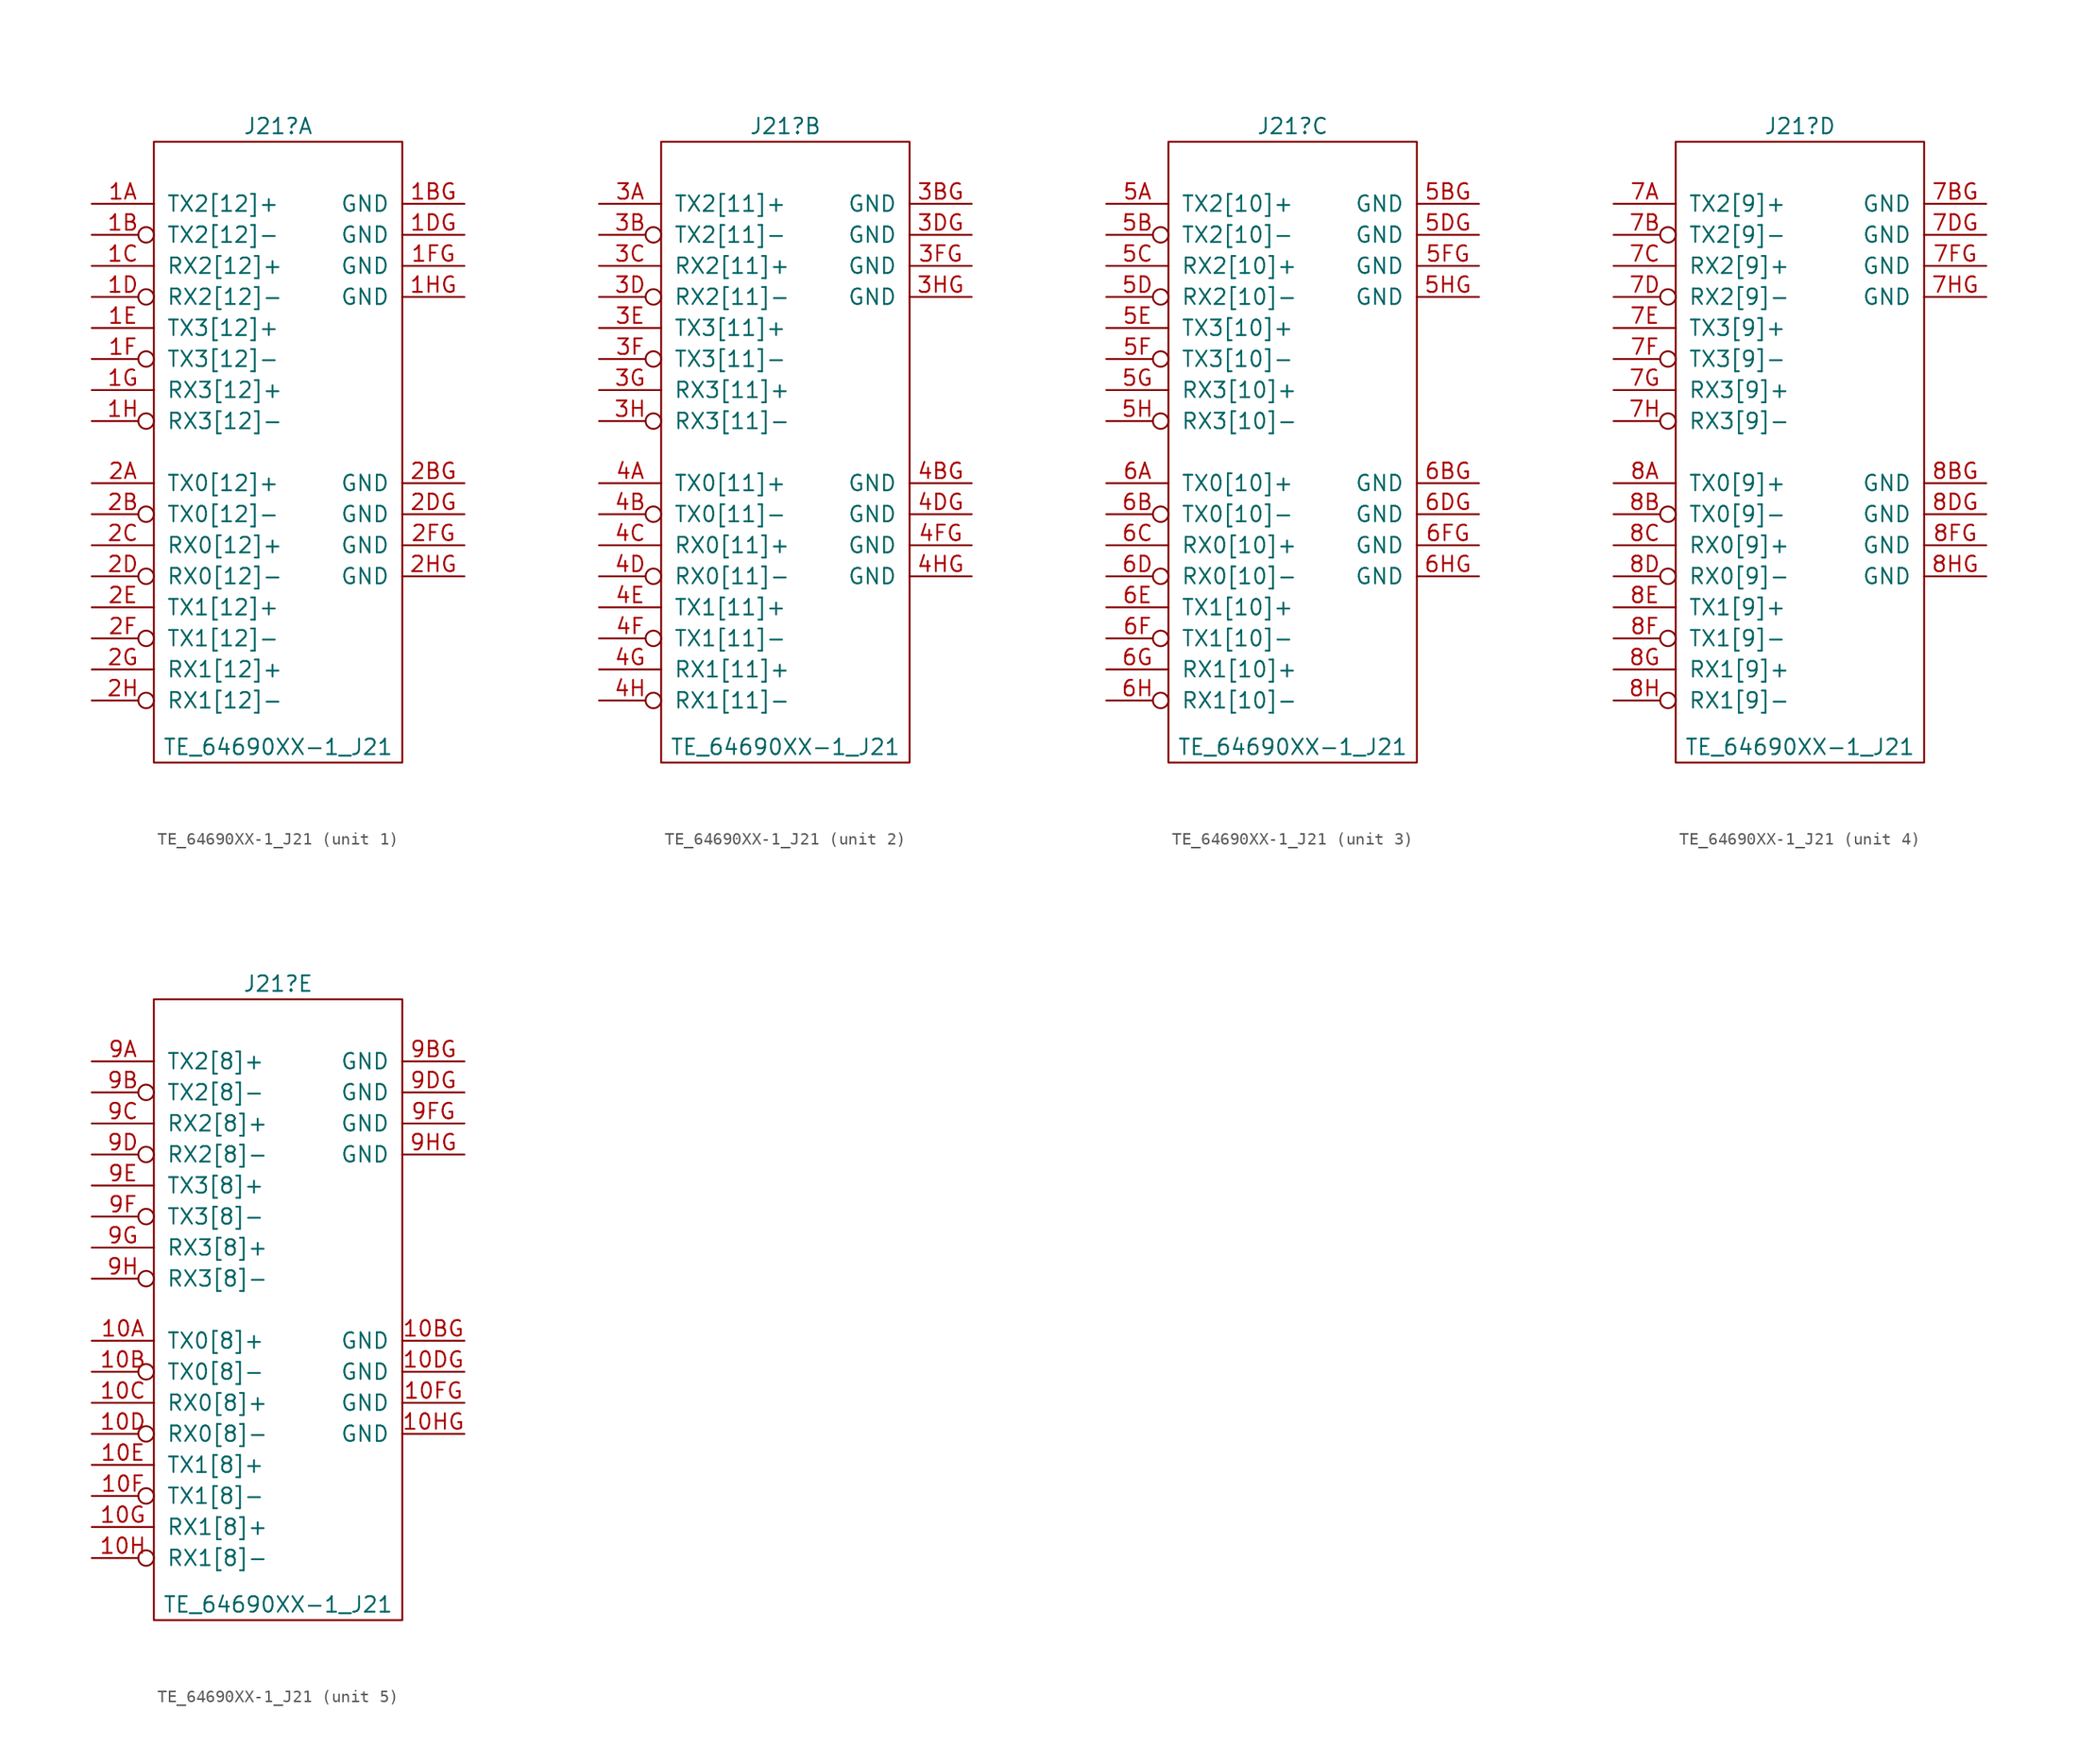
<source format=kicad_sym>
(kicad_symbol_lib
  (version 20220914)
  (generator kicad_symbol_editor)
  (symbol "TE_64690XX-1_J21"
    (pin_names
      (offset 1.016))
    (property "Reference" "J21"
      (at 0 26.67 0)
      (effects (font (size 1.27 1.27))))
    (property "Value" "TE_64690XX-1_J21"
      (at 0 -24.13 0)
      (effects (font (size 1.27 1.27))))
    (property "ki_locked" ""
      (at 0 0 0)
      (effects (font (size 1.27 1.27))))
    (symbol "TE_64690XX-1_J21_1_1"
      (rectangle (start -10.16 25.4) (end 10.16 -25.4) (stroke (width 0) (type default)) (fill (type none)))
      (pin bidirectional line (at -15.24 20.32 0) (length 5.08) (name "TX2[12]+" (effects (font (size 1.27 1.27)))) (number "1A" (effects (font (size 1.27 1.27)))))
      (pin bidirectional inverted (at -15.24 17.78 0) (length 5.08) (name "TX2[12]-" (effects (font (size 1.27 1.27)))) (number "1B" (effects (font (size 1.27 1.27)))))
      (pin passive line (at 15.24 20.32 180) (length 5.08) (name "GND" (effects (font (size 1.27 1.27)))) (number "1BG" (effects (font (size 1.27 1.27)))))
      (pin bidirectional line (at -15.24 15.24 0) (length 5.08) (name "RX2[12]+" (effects (font (size 1.27 1.27)))) (number "1C" (effects (font (size 1.27 1.27)))))
      (pin bidirectional inverted (at -15.24 12.7 0) (length 5.08) (name "RX2[12]-" (effects (font (size 1.27 1.27)))) (number "1D" (effects (font (size 1.27 1.27)))))
      (pin passive line (at 15.24 17.78 180) (length 5.08) (name "GND" (effects (font (size 1.27 1.27)))) (number "1DG" (effects (font (size 1.27 1.27)))))
      (pin bidirectional line (at -15.24 10.16 0) (length 5.08) (name "TX3[12]+" (effects (font (size 1.27 1.27)))) (number "1E" (effects (font (size 1.27 1.27)))))
      (pin bidirectional inverted (at -15.24 7.62 0) (length 5.08) (name "TX3[12]-" (effects (font (size 1.27 1.27)))) (number "1F" (effects (font (size 1.27 1.27)))))
      (pin passive line (at 15.24 15.24 180) (length 5.08) (name "GND" (effects (font (size 1.27 1.27)))) (number "1FG" (effects (font (size 1.27 1.27)))))
      (pin bidirectional line (at -15.24 5.08 0) (length 5.08) (name "RX3[12]+" (effects (font (size 1.27 1.27)))) (number "1G" (effects (font (size 1.27 1.27)))))
      (pin bidirectional inverted (at -15.24 2.54 0) (length 5.08) (name "RX3[12]-" (effects (font (size 1.27 1.27)))) (number "1H" (effects (font (size 1.27 1.27)))))
      (pin passive line (at 15.24 12.7 180) (length 5.08) (name "GND" (effects (font (size 1.27 1.27)))) (number "1HG" (effects (font (size 1.27 1.27)))))
      (pin bidirectional line (at -15.24 -2.54 0) (length 5.08) (name "TX0[12]+" (effects (font (size 1.27 1.27)))) (number "2A" (effects (font (size 1.27 1.27)))))
      (pin bidirectional inverted (at -15.24 -5.08 0) (length 5.08) (name "TX0[12]-" (effects (font (size 1.27 1.27)))) (number "2B" (effects (font (size 1.27 1.27)))))
      (pin passive line (at 15.24 -2.54 180) (length 5.08) (name "GND" (effects (font (size 1.27 1.27)))) (number "2BG" (effects (font (size 1.27 1.27)))))
      (pin bidirectional line (at -15.24 -7.62 0) (length 5.08) (name "RX0[12]+" (effects (font (size 1.27 1.27)))) (number "2C" (effects (font (size 1.27 1.27)))))
      (pin bidirectional inverted (at -15.24 -10.16 0) (length 5.08) (name "RX0[12]-" (effects (font (size 1.27 1.27)))) (number "2D" (effects (font (size 1.27 1.27)))))
      (pin passive line (at 15.24 -5.08 180) (length 5.08) (name "GND" (effects (font (size 1.27 1.27)))) (number "2DG" (effects (font (size 1.27 1.27)))))
      (pin bidirectional line (at -15.24 -12.7 0) (length 5.08) (name "TX1[12]+" (effects (font (size 1.27 1.27)))) (number "2E" (effects (font (size 1.27 1.27)))))
      (pin bidirectional inverted (at -15.24 -15.24 0) (length 5.08) (name "TX1[12]-" (effects (font (size 1.27 1.27)))) (number "2F" (effects (font (size 1.27 1.27)))))
      (pin passive line (at 15.24 -7.62 180) (length 5.08) (name "GND" (effects (font (size 1.27 1.27)))) (number "2FG" (effects (font (size 1.27 1.27)))))
      (pin bidirectional line (at -15.24 -17.78 0) (length 5.08) (name "RX1[12]+" (effects (font (size 1.27 1.27)))) (number "2G" (effects (font (size 1.27 1.27)))))
      (pin bidirectional inverted (at -15.24 -20.32 0) (length 5.08) (name "RX1[12]-" (effects (font (size 1.27 1.27)))) (number "2H" (effects (font (size 1.27 1.27)))))
      (pin passive line (at 15.24 -10.16 180) (length 5.08) (name "GND" (effects (font (size 1.27 1.27)))) (number "2HG" (effects (font (size 1.27 1.27))))))
    (symbol "TE_64690XX-1_J21_2_1"
      (rectangle (start -10.16 25.4) (end 10.16 -25.4) (stroke (width 0) (type default)) (fill (type none)))
      (pin bidirectional line (at -15.24 20.32 0) (length 5.08) (name "TX2[11]+" (effects (font (size 1.27 1.27)))) (number "3A" (effects (font (size 1.27 1.27)))))
      (pin bidirectional inverted (at -15.24 17.78 0) (length 5.08) (name "TX2[11]-" (effects (font (size 1.27 1.27)))) (number "3B" (effects (font (size 1.27 1.27)))))
      (pin passive line (at 15.24 20.32 180) (length 5.08) (name "GND" (effects (font (size 1.27 1.27)))) (number "3BG" (effects (font (size 1.27 1.27)))))
      (pin bidirectional line (at -15.24 15.24 0) (length 5.08) (name "RX2[11]+" (effects (font (size 1.27 1.27)))) (number "3C" (effects (font (size 1.27 1.27)))))
      (pin bidirectional inverted (at -15.24 12.7 0) (length 5.08) (name "RX2[11]-" (effects (font (size 1.27 1.27)))) (number "3D" (effects (font (size 1.27 1.27)))))
      (pin passive line (at 15.24 17.78 180) (length 5.08) (name "GND" (effects (font (size 1.27 1.27)))) (number "3DG" (effects (font (size 1.27 1.27)))))
      (pin bidirectional line (at -15.24 10.16 0) (length 5.08) (name "TX3[11]+" (effects (font (size 1.27 1.27)))) (number "3E" (effects (font (size 1.27 1.27)))))
      (pin bidirectional inverted (at -15.24 7.62 0) (length 5.08) (name "TX3[11]-" (effects (font (size 1.27 1.27)))) (number "3F" (effects (font (size 1.27 1.27)))))
      (pin passive line (at 15.24 15.24 180) (length 5.08) (name "GND" (effects (font (size 1.27 1.27)))) (number "3FG" (effects (font (size 1.27 1.27)))))
      (pin bidirectional line (at -15.24 5.08 0) (length 5.08) (name "RX3[11]+" (effects (font (size 1.27 1.27)))) (number "3G" (effects (font (size 1.27 1.27)))))
      (pin bidirectional inverted (at -15.24 2.54 0) (length 5.08) (name "RX3[11]-" (effects (font (size 1.27 1.27)))) (number "3H" (effects (font (size 1.27 1.27)))))
      (pin passive line (at 15.24 12.7 180) (length 5.08) (name "GND" (effects (font (size 1.27 1.27)))) (number "3HG" (effects (font (size 1.27 1.27)))))
      (pin bidirectional line (at -15.24 -2.54 0) (length 5.08) (name "TX0[11]+" (effects (font (size 1.27 1.27)))) (number "4A" (effects (font (size 1.27 1.27)))))
      (pin bidirectional inverted (at -15.24 -5.08 0) (length 5.08) (name "TX0[11]-" (effects (font (size 1.27 1.27)))) (number "4B" (effects (font (size 1.27 1.27)))))
      (pin passive line (at 15.24 -2.54 180) (length 5.08) (name "GND" (effects (font (size 1.27 1.27)))) (number "4BG" (effects (font (size 1.27 1.27)))))
      (pin bidirectional line (at -15.24 -7.62 0) (length 5.08) (name "RX0[11]+" (effects (font (size 1.27 1.27)))) (number "4C" (effects (font (size 1.27 1.27)))))
      (pin bidirectional inverted (at -15.24 -10.16 0) (length 5.08) (name "RX0[11]-" (effects (font (size 1.27 1.27)))) (number "4D" (effects (font (size 1.27 1.27)))))
      (pin passive line (at 15.24 -5.08 180) (length 5.08) (name "GND" (effects (font (size 1.27 1.27)))) (number "4DG" (effects (font (size 1.27 1.27)))))
      (pin bidirectional line (at -15.24 -12.7 0) (length 5.08) (name "TX1[11]+" (effects (font (size 1.27 1.27)))) (number "4E" (effects (font (size 1.27 1.27)))))
      (pin bidirectional inverted (at -15.24 -15.24 0) (length 5.08) (name "TX1[11]-" (effects (font (size 1.27 1.27)))) (number "4F" (effects (font (size 1.27 1.27)))))
      (pin passive line (at 15.24 -7.62 180) (length 5.08) (name "GND" (effects (font (size 1.27 1.27)))) (number "4FG" (effects (font (size 1.27 1.27)))))
      (pin bidirectional line (at -15.24 -17.78 0) (length 5.08) (name "RX1[11]+" (effects (font (size 1.27 1.27)))) (number "4G" (effects (font (size 1.27 1.27)))))
      (pin bidirectional inverted (at -15.24 -20.32 0) (length 5.08) (name "RX1[11]-" (effects (font (size 1.27 1.27)))) (number "4H" (effects (font (size 1.27 1.27)))))
      (pin passive line (at 15.24 -10.16 180) (length 5.08) (name "GND" (effects (font (size 1.27 1.27)))) (number "4HG" (effects (font (size 1.27 1.27))))))
    (symbol "TE_64690XX-1_J21_3_1"
      (rectangle (start -10.16 25.4) (end 10.16 -25.4) (stroke (width 0) (type default)) (fill (type none)))
      (pin bidirectional line (at -15.24 20.32 0) (length 5.08) (name "TX2[10]+" (effects (font (size 1.27 1.27)))) (number "5A" (effects (font (size 1.27 1.27)))))
      (pin bidirectional inverted (at -15.24 17.78 0) (length 5.08) (name "TX2[10]-" (effects (font (size 1.27 1.27)))) (number "5B" (effects (font (size 1.27 1.27)))))
      (pin passive line (at 15.24 20.32 180) (length 5.08) (name "GND" (effects (font (size 1.27 1.27)))) (number "5BG" (effects (font (size 1.27 1.27)))))
      (pin bidirectional line (at -15.24 15.24 0) (length 5.08) (name "RX2[10]+" (effects (font (size 1.27 1.27)))) (number "5C" (effects (font (size 1.27 1.27)))))
      (pin bidirectional inverted (at -15.24 12.7 0) (length 5.08) (name "RX2[10]-" (effects (font (size 1.27 1.27)))) (number "5D" (effects (font (size 1.27 1.27)))))
      (pin passive line (at 15.24 17.78 180) (length 5.08) (name "GND" (effects (font (size 1.27 1.27)))) (number "5DG" (effects (font (size 1.27 1.27)))))
      (pin bidirectional line (at -15.24 10.16 0) (length 5.08) (name "TX3[10]+" (effects (font (size 1.27 1.27)))) (number "5E" (effects (font (size 1.27 1.27)))))
      (pin bidirectional inverted (at -15.24 7.62 0) (length 5.08) (name "TX3[10]-" (effects (font (size 1.27 1.27)))) (number "5F" (effects (font (size 1.27 1.27)))))
      (pin passive line (at 15.24 15.24 180) (length 5.08) (name "GND" (effects (font (size 1.27 1.27)))) (number "5FG" (effects (font (size 1.27 1.27)))))
      (pin bidirectional line (at -15.24 5.08 0) (length 5.08) (name "RX3[10]+" (effects (font (size 1.27 1.27)))) (number "5G" (effects (font (size 1.27 1.27)))))
      (pin bidirectional inverted (at -15.24 2.54 0) (length 5.08) (name "RX3[10]-" (effects (font (size 1.27 1.27)))) (number "5H" (effects (font (size 1.27 1.27)))))
      (pin passive line (at 15.24 12.7 180) (length 5.08) (name "GND" (effects (font (size 1.27 1.27)))) (number "5HG" (effects (font (size 1.27 1.27)))))
      (pin bidirectional line (at -15.24 -2.54 0) (length 5.08) (name "TX0[10]+" (effects (font (size 1.27 1.27)))) (number "6A" (effects (font (size 1.27 1.27)))))
      (pin bidirectional inverted (at -15.24 -5.08 0) (length 5.08) (name "TX0[10]-" (effects (font (size 1.27 1.27)))) (number "6B" (effects (font (size 1.27 1.27)))))
      (pin passive line (at 15.24 -2.54 180) (length 5.08) (name "GND" (effects (font (size 1.27 1.27)))) (number "6BG" (effects (font (size 1.27 1.27)))))
      (pin bidirectional line (at -15.24 -7.62 0) (length 5.08) (name "RX0[10]+" (effects (font (size 1.27 1.27)))) (number "6C" (effects (font (size 1.27 1.27)))))
      (pin bidirectional inverted (at -15.24 -10.16 0) (length 5.08) (name "RX0[10]-" (effects (font (size 1.27 1.27)))) (number "6D" (effects (font (size 1.27 1.27)))))
      (pin passive line (at 15.24 -5.08 180) (length 5.08) (name "GND" (effects (font (size 1.27 1.27)))) (number "6DG" (effects (font (size 1.27 1.27)))))
      (pin bidirectional line (at -15.24 -12.7 0) (length 5.08) (name "TX1[10]+" (effects (font (size 1.27 1.27)))) (number "6E" (effects (font (size 1.27 1.27)))))
      (pin bidirectional inverted (at -15.24 -15.24 0) (length 5.08) (name "TX1[10]-" (effects (font (size 1.27 1.27)))) (number "6F" (effects (font (size 1.27 1.27)))))
      (pin passive line (at 15.24 -7.62 180) (length 5.08) (name "GND" (effects (font (size 1.27 1.27)))) (number "6FG" (effects (font (size 1.27 1.27)))))
      (pin bidirectional line (at -15.24 -17.78 0) (length 5.08) (name "RX1[10]+" (effects (font (size 1.27 1.27)))) (number "6G" (effects (font (size 1.27 1.27)))))
      (pin bidirectional inverted (at -15.24 -20.32 0) (length 5.08) (name "RX1[10]-" (effects (font (size 1.27 1.27)))) (number "6H" (effects (font (size 1.27 1.27)))))
      (pin passive line (at 15.24 -10.16 180) (length 5.08) (name "GND" (effects (font (size 1.27 1.27)))) (number "6HG" (effects (font (size 1.27 1.27))))))
    (symbol "TE_64690XX-1_J21_4_1"
      (rectangle (start -10.16 25.4) (end 10.16 -25.4) (stroke (width 0) (type default)) (fill (type none)))
      (pin bidirectional line (at -15.24 20.32 0) (length 5.08) (name "TX2[9]+" (effects (font (size 1.27 1.27)))) (number "7A" (effects (font (size 1.27 1.27)))))
      (pin bidirectional inverted (at -15.24 17.78 0) (length 5.08) (name "TX2[9]-" (effects (font (size 1.27 1.27)))) (number "7B" (effects (font (size 1.27 1.27)))))
      (pin passive line (at 15.24 20.32 180) (length 5.08) (name "GND" (effects (font (size 1.27 1.27)))) (number "7BG" (effects (font (size 1.27 1.27)))))
      (pin bidirectional line (at -15.24 15.24 0) (length 5.08) (name "RX2[9]+" (effects (font (size 1.27 1.27)))) (number "7C" (effects (font (size 1.27 1.27)))))
      (pin bidirectional inverted (at -15.24 12.7 0) (length 5.08) (name "RX2[9]-" (effects (font (size 1.27 1.27)))) (number "7D" (effects (font (size 1.27 1.27)))))
      (pin passive line (at 15.24 17.78 180) (length 5.08) (name "GND" (effects (font (size 1.27 1.27)))) (number "7DG" (effects (font (size 1.27 1.27)))))
      (pin bidirectional line (at -15.24 10.16 0) (length 5.08) (name "TX3[9]+" (effects (font (size 1.27 1.27)))) (number "7E" (effects (font (size 1.27 1.27)))))
      (pin bidirectional inverted (at -15.24 7.62 0) (length 5.08) (name "TX3[9]-" (effects (font (size 1.27 1.27)))) (number "7F" (effects (font (size 1.27 1.27)))))
      (pin passive line (at 15.24 15.24 180) (length 5.08) (name "GND" (effects (font (size 1.27 1.27)))) (number "7FG" (effects (font (size 1.27 1.27)))))
      (pin bidirectional line (at -15.24 5.08 0) (length 5.08) (name "RX3[9]+" (effects (font (size 1.27 1.27)))) (number "7G" (effects (font (size 1.27 1.27)))))
      (pin bidirectional inverted (at -15.24 2.54 0) (length 5.08) (name "RX3[9]-" (effects (font (size 1.27 1.27)))) (number "7H" (effects (font (size 1.27 1.27)))))
      (pin passive line (at 15.24 12.7 180) (length 5.08) (name "GND" (effects (font (size 1.27 1.27)))) (number "7HG" (effects (font (size 1.27 1.27)))))
      (pin bidirectional line (at -15.24 -2.54 0) (length 5.08) (name "TX0[9]+" (effects (font (size 1.27 1.27)))) (number "8A" (effects (font (size 1.27 1.27)))))
      (pin bidirectional inverted (at -15.24 -5.08 0) (length 5.08) (name "TX0[9]-" (effects (font (size 1.27 1.27)))) (number "8B" (effects (font (size 1.27 1.27)))))
      (pin passive line (at 15.24 -2.54 180) (length 5.08) (name "GND" (effects (font (size 1.27 1.27)))) (number "8BG" (effects (font (size 1.27 1.27)))))
      (pin bidirectional line (at -15.24 -7.62 0) (length 5.08) (name "RX0[9]+" (effects (font (size 1.27 1.27)))) (number "8C" (effects (font (size 1.27 1.27)))))
      (pin bidirectional inverted (at -15.24 -10.16 0) (length 5.08) (name "RX0[9]-" (effects (font (size 1.27 1.27)))) (number "8D" (effects (font (size 1.27 1.27)))))
      (pin passive line (at 15.24 -5.08 180) (length 5.08) (name "GND" (effects (font (size 1.27 1.27)))) (number "8DG" (effects (font (size 1.27 1.27)))))
      (pin bidirectional line (at -15.24 -12.7 0) (length 5.08) (name "TX1[9]+" (effects (font (size 1.27 1.27)))) (number "8E" (effects (font (size 1.27 1.27)))))
      (pin bidirectional inverted (at -15.24 -15.24 0) (length 5.08) (name "TX1[9]-" (effects (font (size 1.27 1.27)))) (number "8F" (effects (font (size 1.27 1.27)))))
      (pin passive line (at 15.24 -7.62 180) (length 5.08) (name "GND" (effects (font (size 1.27 1.27)))) (number "8FG" (effects (font (size 1.27 1.27)))))
      (pin bidirectional line (at -15.24 -17.78 0) (length 5.08) (name "RX1[9]+" (effects (font (size 1.27 1.27)))) (number "8G" (effects (font (size 1.27 1.27)))))
      (pin bidirectional inverted (at -15.24 -20.32 0) (length 5.08) (name "RX1[9]-" (effects (font (size 1.27 1.27)))) (number "8H" (effects (font (size 1.27 1.27)))))
      (pin passive line (at 15.24 -10.16 180) (length 5.08) (name "GND" (effects (font (size 1.27 1.27)))) (number "8HG" (effects (font (size 1.27 1.27))))))
    (symbol "TE_64690XX-1_J21_5_1"
      (rectangle (start -10.16 25.4) (end 10.16 -25.4) (stroke (width 0) (type default)) (fill (type none)))
      (pin bidirectional line (at -15.24 -2.54 0) (length 5.08) (name "TX0[8]+" (effects (font (size 1.27 1.27)))) (number "10A" (effects (font (size 1.27 1.27)))))
      (pin bidirectional inverted (at -15.24 -5.08 0) (length 5.08) (name "TX0[8]-" (effects (font (size 1.27 1.27)))) (number "10B" (effects (font (size 1.27 1.27)))))
      (pin passive line (at 15.24 -2.54 180) (length 5.08) (name "GND" (effects (font (size 1.27 1.27)))) (number "10BG" (effects (font (size 1.27 1.27)))))
      (pin bidirectional line (at -15.24 -7.62 0) (length 5.08) (name "RX0[8]+" (effects (font (size 1.27 1.27)))) (number "10C" (effects (font (size 1.27 1.27)))))
      (pin bidirectional inverted (at -15.24 -10.16 0) (length 5.08) (name "RX0[8]-" (effects (font (size 1.27 1.27)))) (number "10D" (effects (font (size 1.27 1.27)))))
      (pin passive line (at 15.24 -5.08 180) (length 5.08) (name "GND" (effects (font (size 1.27 1.27)))) (number "10DG" (effects (font (size 1.27 1.27)))))
      (pin bidirectional line (at -15.24 -12.7 0) (length 5.08) (name "TX1[8]+" (effects (font (size 1.27 1.27)))) (number "10E" (effects (font (size 1.27 1.27)))))
      (pin bidirectional inverted (at -15.24 -15.24 0) (length 5.08) (name "TX1[8]-" (effects (font (size 1.27 1.27)))) (number "10F" (effects (font (size 1.27 1.27)))))
      (pin passive line (at 15.24 -7.62 180) (length 5.08) (name "GND" (effects (font (size 1.27 1.27)))) (number "10FG" (effects (font (size 1.27 1.27)))))
      (pin bidirectional line (at -15.24 -17.78 0) (length 5.08) (name "RX1[8]+" (effects (font (size 1.27 1.27)))) (number "10G" (effects (font (size 1.27 1.27)))))
      (pin bidirectional inverted (at -15.24 -20.32 0) (length 5.08) (name "RX1[8]-" (effects (font (size 1.27 1.27)))) (number "10H" (effects (font (size 1.27 1.27)))))
      (pin passive line (at 15.24 -10.16 180) (length 5.08) (name "GND" (effects (font (size 1.27 1.27)))) (number "10HG" (effects (font (size 1.27 1.27)))))
      (pin bidirectional line (at -15.24 20.32 0) (length 5.08) (name "TX2[8]+" (effects (font (size 1.27 1.27)))) (number "9A" (effects (font (size 1.27 1.27)))))
      (pin bidirectional inverted (at -15.24 17.78 0) (length 5.08) (name "TX2[8]-" (effects (font (size 1.27 1.27)))) (number "9B" (effects (font (size 1.27 1.27)))))
      (pin passive line (at 15.24 20.32 180) (length 5.08) (name "GND" (effects (font (size 1.27 1.27)))) (number "9BG" (effects (font (size 1.27 1.27)))))
      (pin bidirectional line (at -15.24 15.24 0) (length 5.08) (name "RX2[8]+" (effects (font (size 1.27 1.27)))) (number "9C" (effects (font (size 1.27 1.27)))))
      (pin bidirectional inverted (at -15.24 12.7 0) (length 5.08) (name "RX2[8]-" (effects (font (size 1.27 1.27)))) (number "9D" (effects (font (size 1.27 1.27)))))
      (pin passive line (at 15.24 17.78 180) (length 5.08) (name "GND" (effects (font (size 1.27 1.27)))) (number "9DG" (effects (font (size 1.27 1.27)))))
      (pin bidirectional line (at -15.24 10.16 0) (length 5.08) (name "TX3[8]+" (effects (font (size 1.27 1.27)))) (number "9E" (effects (font (size 1.27 1.27)))))
      (pin bidirectional inverted (at -15.24 7.62 0) (length 5.08) (name "TX3[8]-" (effects (font (size 1.27 1.27)))) (number "9F" (effects (font (size 1.27 1.27)))))
      (pin passive line (at 15.24 15.24 180) (length 5.08) (name "GND" (effects (font (size 1.27 1.27)))) (number "9FG" (effects (font (size 1.27 1.27)))))
      (pin bidirectional line (at -15.24 5.08 0) (length 5.08) (name "RX3[8]+" (effects (font (size 1.27 1.27)))) (number "9G" (effects (font (size 1.27 1.27)))))
      (pin bidirectional inverted (at -15.24 2.54 0) (length 5.08) (name "RX3[8]-" (effects (font (size 1.27 1.27)))) (number "9H" (effects (font (size 1.27 1.27)))))
      (pin passive line (at 15.24 12.7 180) (length 5.08) (name "GND" (effects (font (size 1.27 1.27)))) (number "9HG" (effects (font (size 1.27 1.27))))))))
</source>
